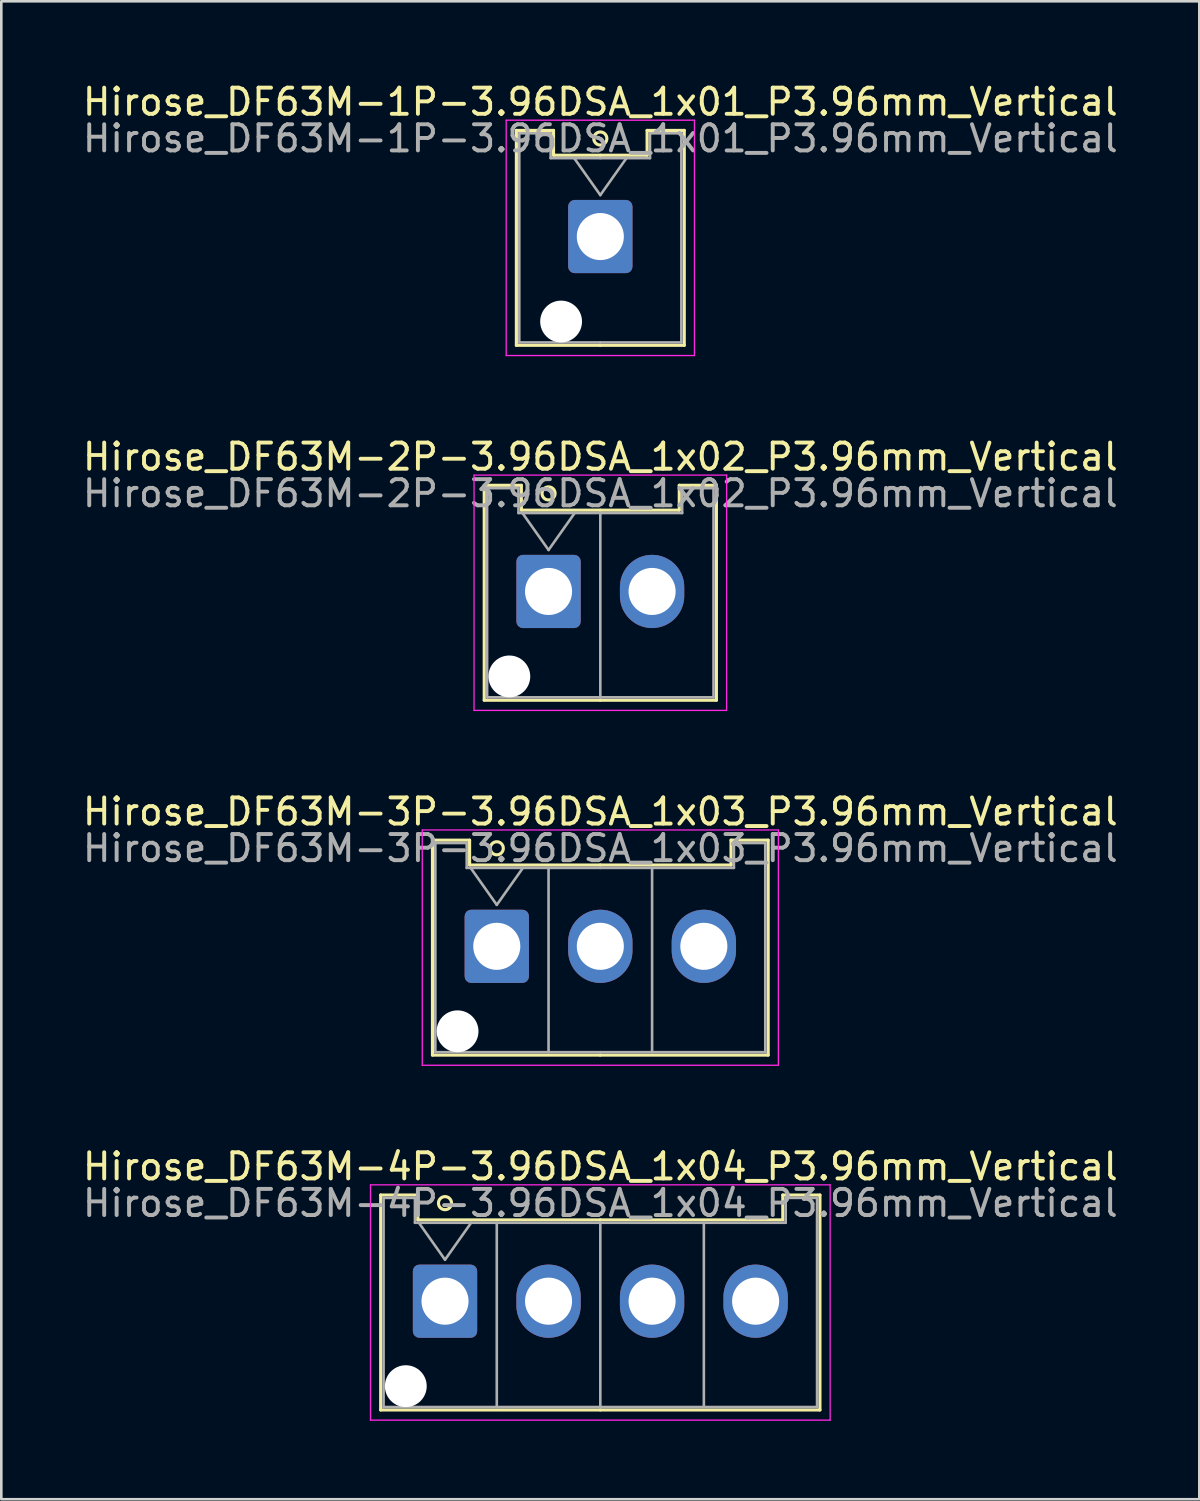
<source format=kicad_pcb>
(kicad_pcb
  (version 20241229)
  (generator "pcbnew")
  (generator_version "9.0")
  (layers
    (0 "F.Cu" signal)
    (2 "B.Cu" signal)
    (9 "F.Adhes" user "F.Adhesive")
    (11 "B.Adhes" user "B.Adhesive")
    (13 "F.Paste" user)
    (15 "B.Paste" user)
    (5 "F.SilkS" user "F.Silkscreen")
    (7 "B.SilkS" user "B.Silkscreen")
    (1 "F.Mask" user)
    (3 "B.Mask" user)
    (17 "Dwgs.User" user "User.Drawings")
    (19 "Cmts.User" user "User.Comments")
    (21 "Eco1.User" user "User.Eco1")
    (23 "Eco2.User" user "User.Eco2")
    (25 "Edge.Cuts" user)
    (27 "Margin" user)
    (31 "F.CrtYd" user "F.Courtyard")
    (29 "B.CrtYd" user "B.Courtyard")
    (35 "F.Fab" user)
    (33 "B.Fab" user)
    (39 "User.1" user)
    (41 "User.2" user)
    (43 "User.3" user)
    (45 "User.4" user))
  (footprint "Hirose_DF63M-1P-3.96DSA_1x01_P3.96mm_Vertical"
    (layer "F.Cu")
    (at 19.911 5.998)
    (property "Reference" "Hirose_DF63M-1P-3.96DSA_1x01_P3.96mm_Vertical" (at 0 -5.15 0) (layer "F.SilkS") (effects (font (size 1 1) (thickness 0.15))))
    (attr through_hole)
    (fp_line (start -3.21 -4.06) (end -1.79 -4.06) (stroke (width 0.12) (type solid)) (layer "F.SilkS"))
    (fp_line (start -3.21 4.16) (end -3.21 -4.06) (stroke (width 0.12) (type solid)) (layer "F.SilkS"))
    (fp_line (start -1.79 -4.06) (end -1.79 -3.11) (stroke (width 0.12) (type solid)) (layer "F.SilkS"))
    (fp_line (start -1.79 -3.11) (end 0 -3.11) (stroke (width 0.12) (type solid)) (layer "F.SilkS"))
    (fp_line (start 0 4.16) (end -3.21 4.16) (stroke (width 0.12) (type solid)) (layer "F.SilkS"))
    (fp_line (start 0 4.16) (end 3.21 4.16) (stroke (width 0.12) (type solid)) (layer "F.SilkS"))
    (fp_line (start 1.79 -4.06) (end 1.79 -3.11) (stroke (width 0.12) (type solid)) (layer "F.SilkS"))
    (fp_line (start 1.79 -3.11) (end 0 -3.11) (stroke (width 0.12) (type solid)) (layer "F.SilkS"))
    (fp_line (start 3.21 -4.06) (end 1.79 -4.06) (stroke (width 0.12) (type solid)) (layer "F.SilkS"))
    (fp_line (start 3.21 4.16) (end 3.21 -4.06) (stroke (width 0.12) (type solid)) (layer "F.SilkS"))
    (fp_circle (center 0 -3.75) (end 0.25 -3.75) (stroke (width 0.12) (type solid)) (fill no) (layer "F.SilkS"))
    (fp_line (start -3.6 -4.45) (end -3.6 4.55) (stroke (width 0.05) (type solid)) (layer "F.CrtYd"))
    (fp_line (start -3.6 4.55) (end 3.6 4.55) (stroke (width 0.05) (type solid)) (layer "F.CrtYd"))
    (fp_line (start 3.6 -4.45) (end -3.6 -4.45) (stroke (width 0.05) (type solid)) (layer "F.CrtYd"))
    (fp_line (start 3.6 4.55) (end 3.6 -4.45) (stroke (width 0.05) (type solid)) (layer "F.CrtYd"))
    (fp_line (start -3.1 -3.95) (end -1.9 -3.95) (stroke (width 0.1) (type solid)) (layer "F.Fab"))
    (fp_line (start -3.1 4.05) (end -3.1 -3.95) (stroke (width 0.1) (type solid)) (layer "F.Fab"))
    (fp_line (start -1.9 -3.95) (end -1.9 -3) (stroke (width 0.1) (type solid)) (layer "F.Fab"))
    (fp_line (start -1.9 -3) (end 0 -3) (stroke (width 0.1) (type solid)) (layer "F.Fab"))
    (fp_line (start -1 -3) (end 0 -1.586) (stroke (width 0.1) (type solid)) (layer "F.Fab"))
    (fp_line (start 0 -1.586) (end 1 -3) (stroke (width 0.1) (type solid)) (layer "F.Fab"))
    (fp_line (start 0 4.05) (end -3.1 4.05) (stroke (width 0.1) (type solid)) (layer "F.Fab"))
    (fp_line (start 0 4.05) (end 3.1 4.05) (stroke (width 0.1) (type solid)) (layer "F.Fab"))
    (fp_line (start 1.9 -3.95) (end 1.9 -3) (stroke (width 0.1) (type solid)) (layer "F.Fab"))
    (fp_line (start 1.9 -3) (end 0 -3) (stroke (width 0.1) (type solid)) (layer "F.Fab"))
    (fp_line (start 3.1 -3.95) (end 1.9 -3.95) (stroke (width 0.1) (type solid)) (layer "F.Fab"))
    (fp_line (start 3.1 4.05) (end 3.1 -3.95) (stroke (width 0.1) (type solid)) (layer "F.Fab"))
    (fp_text user "${REFERENCE}" (at 0 -3.75 0) (layer "F.Fab") (effects (font (size 1 1) (thickness 0.15))))
    (pad "" np_thru_hole circle (at -1.5 3.25) (size 1.6 1.6) (drill 1.6) (layers "*.Cu" "*.Mask"))
    (pad "1" thru_hole roundrect (at 0 0) (size 2.46 2.8) (drill 1.8) (layers "*.Cu" "*.Mask") (roundrect_rratio 0.102)))
  (footprint "Hirose_DF63M-2P-3.96DSA_1x02_P3.96mm_Vertical"
    (layer "F.Cu")
    (at 17.931 19.572)
    (property "Reference" "Hirose_DF63M-2P-3.96DSA_1x02_P3.96mm_Vertical" (at 1.98 -5.15 0) (layer "F.SilkS") (effects (font (size 1 1) (thickness 0.15))))
    (attr through_hole)
    (fp_line (start -2.46 -4.06) (end -1.04 -4.06) (stroke (width 0.12) (type solid)) (layer "F.SilkS"))
    (fp_line (start -2.46 4.16) (end -2.46 -4.06) (stroke (width 0.12) (type solid)) (layer "F.SilkS"))
    (fp_line (start -1.04 -4.06) (end -1.04 -3.11) (stroke (width 0.12) (type solid)) (layer "F.SilkS"))
    (fp_line (start -1.04 -3.11) (end 1.98 -3.11) (stroke (width 0.12) (type solid)) (layer "F.SilkS"))
    (fp_line (start 1.98 4.16) (end -2.46 4.16) (stroke (width 0.12) (type solid)) (layer "F.SilkS"))
    (fp_line (start 1.98 4.16) (end 6.42 4.16) (stroke (width 0.12) (type solid)) (layer "F.SilkS"))
    (fp_line (start 5 -4.06) (end 5 -3.11) (stroke (width 0.12) (type solid)) (layer "F.SilkS"))
    (fp_line (start 5 -3.11) (end 1.98 -3.11) (stroke (width 0.12) (type solid)) (layer "F.SilkS"))
    (fp_line (start 6.42 -4.06) (end 5 -4.06) (stroke (width 0.12) (type solid)) (layer "F.SilkS"))
    (fp_line (start 6.42 4.16) (end 6.42 -4.06) (stroke (width 0.12) (type solid)) (layer "F.SilkS"))
    (fp_circle (center 0 -3.75) (end 0.25 -3.75) (stroke (width 0.12) (type solid)) (fill no) (layer "F.SilkS"))
    (fp_line (start -2.85 -4.45) (end -2.85 4.55) (stroke (width 0.05) (type solid)) (layer "F.CrtYd"))
    (fp_line (start -2.85 4.55) (end 6.81 4.55) (stroke (width 0.05) (type solid)) (layer "F.CrtYd"))
    (fp_line (start 6.81 -4.45) (end -2.85 -4.45) (stroke (width 0.05) (type solid)) (layer "F.CrtYd"))
    (fp_line (start 6.81 4.55) (end 6.81 -4.45) (stroke (width 0.05) (type solid)) (layer "F.CrtYd"))
    (fp_line (start -2.35 -3.95) (end -1.15 -3.95) (stroke (width 0.1) (type solid)) (layer "F.Fab"))
    (fp_line (start -2.35 4.05) (end -2.35 -3.95) (stroke (width 0.1) (type solid)) (layer "F.Fab"))
    (fp_line (start -1.15 -3.95) (end -1.15 -3) (stroke (width 0.1) (type solid)) (layer "F.Fab"))
    (fp_line (start -1.15 -3) (end 1.98 -3) (stroke (width 0.1) (type solid)) (layer "F.Fab"))
    (fp_line (start -1 -3) (end 0 -1.586) (stroke (width 0.1) (type solid)) (layer "F.Fab"))
    (fp_line (start 0 -1.586) (end 1 -3) (stroke (width 0.1) (type solid)) (layer "F.Fab"))
    (fp_line (start 1.98 -3) (end 1.98 4.05) (stroke (width 0.1) (type solid)) (layer "F.Fab"))
    (fp_line (start 1.98 4.05) (end -2.35 4.05) (stroke (width 0.1) (type solid)) (layer "F.Fab"))
    (fp_line (start 1.98 4.05) (end 6.31 4.05) (stroke (width 0.1) (type solid)) (layer "F.Fab"))
    (fp_line (start 5.11 -3.95) (end 5.11 -3) (stroke (width 0.1) (type solid)) (layer "F.Fab"))
    (fp_line (start 5.11 -3) (end 1.98 -3) (stroke (width 0.1) (type solid)) (layer "F.Fab"))
    (fp_line (start 6.31 -3.95) (end 5.11 -3.95) (stroke (width 0.1) (type solid)) (layer "F.Fab"))
    (fp_line (start 6.31 4.05) (end 6.31 -3.95) (stroke (width 0.1) (type solid)) (layer "F.Fab"))
    (fp_text user "${REFERENCE}" (at 1.98 -3.75 0) (layer "F.Fab") (effects (font (size 1 1) (thickness 0.15))))
    (pad "" np_thru_hole circle (at -1.5 3.25) (size 1.6 1.6) (drill 1.6) (layers "*.Cu" "*.Mask"))
    (pad "1" thru_hole roundrect (at 0 0) (size 2.46 2.8) (drill 1.8) (layers "*.Cu" "*.Mask") (roundrect_rratio 0.102))
    (pad "2" thru_hole oval (at 3.96 0) (size 2.46 2.8) (drill 1.8) (layers "*.Cu" "*.Mask")))
  (footprint "Hirose_DF63M-3P-3.96DSA_1x03_P3.96mm_Vertical"
    (layer "F.Cu")
    (at 15.951 33.145)
    (property "Reference" "Hirose_DF63M-3P-3.96DSA_1x03_P3.96mm_Vertical" (at 3.96 -5.15 0) (layer "F.SilkS") (effects (font (size 1 1) (thickness 0.15))))
    (attr through_hole)
    (fp_line (start -2.46 -4.06) (end -1.04 -4.06) (stroke (width 0.12) (type solid)) (layer "F.SilkS"))
    (fp_line (start -2.46 4.16) (end -2.46 -4.06) (stroke (width 0.12) (type solid)) (layer "F.SilkS"))
    (fp_line (start -1.04 -4.06) (end -1.04 -3.11) (stroke (width 0.12) (type solid)) (layer "F.SilkS"))
    (fp_line (start -1.04 -3.11) (end 3.96 -3.11) (stroke (width 0.12) (type solid)) (layer "F.SilkS"))
    (fp_line (start 3.96 4.16) (end -2.46 4.16) (stroke (width 0.12) (type solid)) (layer "F.SilkS"))
    (fp_line (start 3.96 4.16) (end 10.38 4.16) (stroke (width 0.12) (type solid)) (layer "F.SilkS"))
    (fp_line (start 8.96 -4.06) (end 8.96 -3.11) (stroke (width 0.12) (type solid)) (layer "F.SilkS"))
    (fp_line (start 8.96 -3.11) (end 3.96 -3.11) (stroke (width 0.12) (type solid)) (layer "F.SilkS"))
    (fp_line (start 10.38 -4.06) (end 8.96 -4.06) (stroke (width 0.12) (type solid)) (layer "F.SilkS"))
    (fp_line (start 10.38 4.16) (end 10.38 -4.06) (stroke (width 0.12) (type solid)) (layer "F.SilkS"))
    (fp_circle (center 0 -3.75) (end 0.25 -3.75) (stroke (width 0.12) (type solid)) (fill no) (layer "F.SilkS"))
    (fp_line (start -2.85 -4.45) (end -2.85 4.55) (stroke (width 0.05) (type solid)) (layer "F.CrtYd"))
    (fp_line (start -2.85 4.55) (end 10.77 4.55) (stroke (width 0.05) (type solid)) (layer "F.CrtYd"))
    (fp_line (start 10.77 -4.45) (end -2.85 -4.45) (stroke (width 0.05) (type solid)) (layer "F.CrtYd"))
    (fp_line (start 10.77 4.55) (end 10.77 -4.45) (stroke (width 0.05) (type solid)) (layer "F.CrtYd"))
    (fp_line (start -2.35 -3.95) (end -1.15 -3.95) (stroke (width 0.1) (type solid)) (layer "F.Fab"))
    (fp_line (start -2.35 4.05) (end -2.35 -3.95) (stroke (width 0.1) (type solid)) (layer "F.Fab"))
    (fp_line (start -1.15 -3.95) (end -1.15 -3) (stroke (width 0.1) (type solid)) (layer "F.Fab"))
    (fp_line (start -1.15 -3) (end 3.96 -3) (stroke (width 0.1) (type solid)) (layer "F.Fab"))
    (fp_line (start -1 -3) (end 0 -1.586) (stroke (width 0.1) (type solid)) (layer "F.Fab"))
    (fp_line (start 0 -1.586) (end 1 -3) (stroke (width 0.1) (type solid)) (layer "F.Fab"))
    (fp_line (start 1.98 -3) (end 1.98 4.05) (stroke (width 0.1) (type solid)) (layer "F.Fab"))
    (fp_line (start 3.96 4.05) (end -2.35 4.05) (stroke (width 0.1) (type solid)) (layer "F.Fab"))
    (fp_line (start 3.96 4.05) (end 10.27 4.05) (stroke (width 0.1) (type solid)) (layer "F.Fab"))
    (fp_line (start 5.94 -3) (end 5.94 4.05) (stroke (width 0.1) (type solid)) (layer "F.Fab"))
    (fp_line (start 9.07 -3.95) (end 9.07 -3) (stroke (width 0.1) (type solid)) (layer "F.Fab"))
    (fp_line (start 9.07 -3) (end 3.96 -3) (stroke (width 0.1) (type solid)) (layer "F.Fab"))
    (fp_line (start 10.27 -3.95) (end 9.07 -3.95) (stroke (width 0.1) (type solid)) (layer "F.Fab"))
    (fp_line (start 10.27 4.05) (end 10.27 -3.95) (stroke (width 0.1) (type solid)) (layer "F.Fab"))
    (fp_text user "${REFERENCE}" (at 3.96 -3.75 0) (layer "F.Fab") (effects (font (size 1 1) (thickness 0.15))))
    (pad "" np_thru_hole circle (at -1.5 3.25) (size 1.6 1.6) (drill 1.6) (layers "*.Cu" "*.Mask"))
    (pad "1" thru_hole roundrect (at 0 0) (size 2.46 2.8) (drill 1.8) (layers "*.Cu" "*.Mask") (roundrect_rratio 0.102))
    (pad "2" thru_hole oval (at 3.96 0) (size 2.46 2.8) (drill 1.8) (layers "*.Cu" "*.Mask"))
    (pad "3" thru_hole oval (at 7.92 0) (size 2.46 2.8) (drill 1.8) (layers "*.Cu" "*.Mask")))
  (footprint "Hirose_DF63M-4P-3.96DSA_1x04_P3.96mm_Vertical"
    (layer "F.Cu")
    (at 13.971 46.718)
    (property "Reference" "Hirose_DF63M-4P-3.96DSA_1x04_P3.96mm_Vertical" (at 5.94 -5.15 0) (layer "F.SilkS") (effects (font (size 1 1) (thickness 0.15))))
    (attr through_hole)
    (fp_line (start -2.46 -4.06) (end -1.04 -4.06) (stroke (width 0.12) (type solid)) (layer "F.SilkS"))
    (fp_line (start -2.46 4.16) (end -2.46 -4.06) (stroke (width 0.12) (type solid)) (layer "F.SilkS"))
    (fp_line (start -1.04 -4.06) (end -1.04 -3.11) (stroke (width 0.12) (type solid)) (layer "F.SilkS"))
    (fp_line (start -1.04 -3.11) (end 5.94 -3.11) (stroke (width 0.12) (type solid)) (layer "F.SilkS"))
    (fp_line (start 5.94 4.16) (end -2.46 4.16) (stroke (width 0.12) (type solid)) (layer "F.SilkS"))
    (fp_line (start 5.94 4.16) (end 14.34 4.16) (stroke (width 0.12) (type solid)) (layer "F.SilkS"))
    (fp_line (start 12.92 -4.06) (end 12.92 -3.11) (stroke (width 0.12) (type solid)) (layer "F.SilkS"))
    (fp_line (start 12.92 -3.11) (end 5.94 -3.11) (stroke (width 0.12) (type solid)) (layer "F.SilkS"))
    (fp_line (start 14.34 -4.06) (end 12.92 -4.06) (stroke (width 0.12) (type solid)) (layer "F.SilkS"))
    (fp_line (start 14.34 4.16) (end 14.34 -4.06) (stroke (width 0.12) (type solid)) (layer "F.SilkS"))
    (fp_circle (center 0 -3.75) (end 0.25 -3.75) (stroke (width 0.12) (type solid)) (fill no) (layer "F.SilkS"))
    (fp_line (start -2.85 -4.45) (end -2.85 4.55) (stroke (width 0.05) (type solid)) (layer "F.CrtYd"))
    (fp_line (start -2.85 4.55) (end 14.73 4.55) (stroke (width 0.05) (type solid)) (layer "F.CrtYd"))
    (fp_line (start 14.73 -4.45) (end -2.85 -4.45) (stroke (width 0.05) (type solid)) (layer "F.CrtYd"))
    (fp_line (start 14.73 4.55) (end 14.73 -4.45) (stroke (width 0.05) (type solid)) (layer "F.CrtYd"))
    (fp_line (start -2.35 -3.95) (end -1.15 -3.95) (stroke (width 0.1) (type solid)) (layer "F.Fab"))
    (fp_line (start -2.35 4.05) (end -2.35 -3.95) (stroke (width 0.1) (type solid)) (layer "F.Fab"))
    (fp_line (start -1.15 -3.95) (end -1.15 -3) (stroke (width 0.1) (type solid)) (layer "F.Fab"))
    (fp_line (start -1.15 -3) (end 5.94 -3) (stroke (width 0.1) (type solid)) (layer "F.Fab"))
    (fp_line (start -1 -3) (end 0 -1.586) (stroke (width 0.1) (type solid)) (layer "F.Fab"))
    (fp_line (start 0 -1.586) (end 1 -3) (stroke (width 0.1) (type solid)) (layer "F.Fab"))
    (fp_line (start 1.98 -3) (end 1.98 4.05) (stroke (width 0.1) (type solid)) (layer "F.Fab"))
    (fp_line (start 5.94 -3) (end 5.94 4.05) (stroke (width 0.1) (type solid)) (layer "F.Fab"))
    (fp_line (start 5.94 4.05) (end -2.35 4.05) (stroke (width 0.1) (type solid)) (layer "F.Fab"))
    (fp_line (start 5.94 4.05) (end 14.23 4.05) (stroke (width 0.1) (type solid)) (layer "F.Fab"))
    (fp_line (start 9.9 -3) (end 9.9 4.05) (stroke (width 0.1) (type solid)) (layer "F.Fab"))
    (fp_line (start 13.03 -3.95) (end 13.03 -3) (stroke (width 0.1) (type solid)) (layer "F.Fab"))
    (fp_line (start 13.03 -3) (end 5.94 -3) (stroke (width 0.1) (type solid)) (layer "F.Fab"))
    (fp_line (start 14.23 -3.95) (end 13.03 -3.95) (stroke (width 0.1) (type solid)) (layer "F.Fab"))
    (fp_line (start 14.23 4.05) (end 14.23 -3.95) (stroke (width 0.1) (type solid)) (layer "F.Fab"))
    (fp_text user "${REFERENCE}" (at 5.94 -3.75 0) (layer "F.Fab") (effects (font (size 1 1) (thickness 0.15))))
    (pad "" np_thru_hole circle (at -1.5 3.25) (size 1.6 1.6) (drill 1.6) (layers "*.Cu" "*.Mask"))
    (pad "1" thru_hole roundrect (at 0 0) (size 2.46 2.8) (drill 1.8) (layers "*.Cu" "*.Mask") (roundrect_rratio 0.102))
    (pad "2" thru_hole oval (at 3.96 0) (size 2.46 2.8) (drill 1.8) (layers "*.Cu" "*.Mask"))
    (pad "3" thru_hole oval (at 7.92 0) (size 2.46 2.8) (drill 1.8) (layers "*.Cu" "*.Mask"))
    (pad "4" thru_hole oval (at 11.88 0) (size 2.46 2.8) (drill 1.8) (layers "*.Cu" "*.Mask")))
  (gr_rect
    (start -3 -3)
    (end 42.821 54.293)
    (stroke (width 0.1) (type default))
    (fill no)
    (layer "Edge.Cuts")))
</source>
